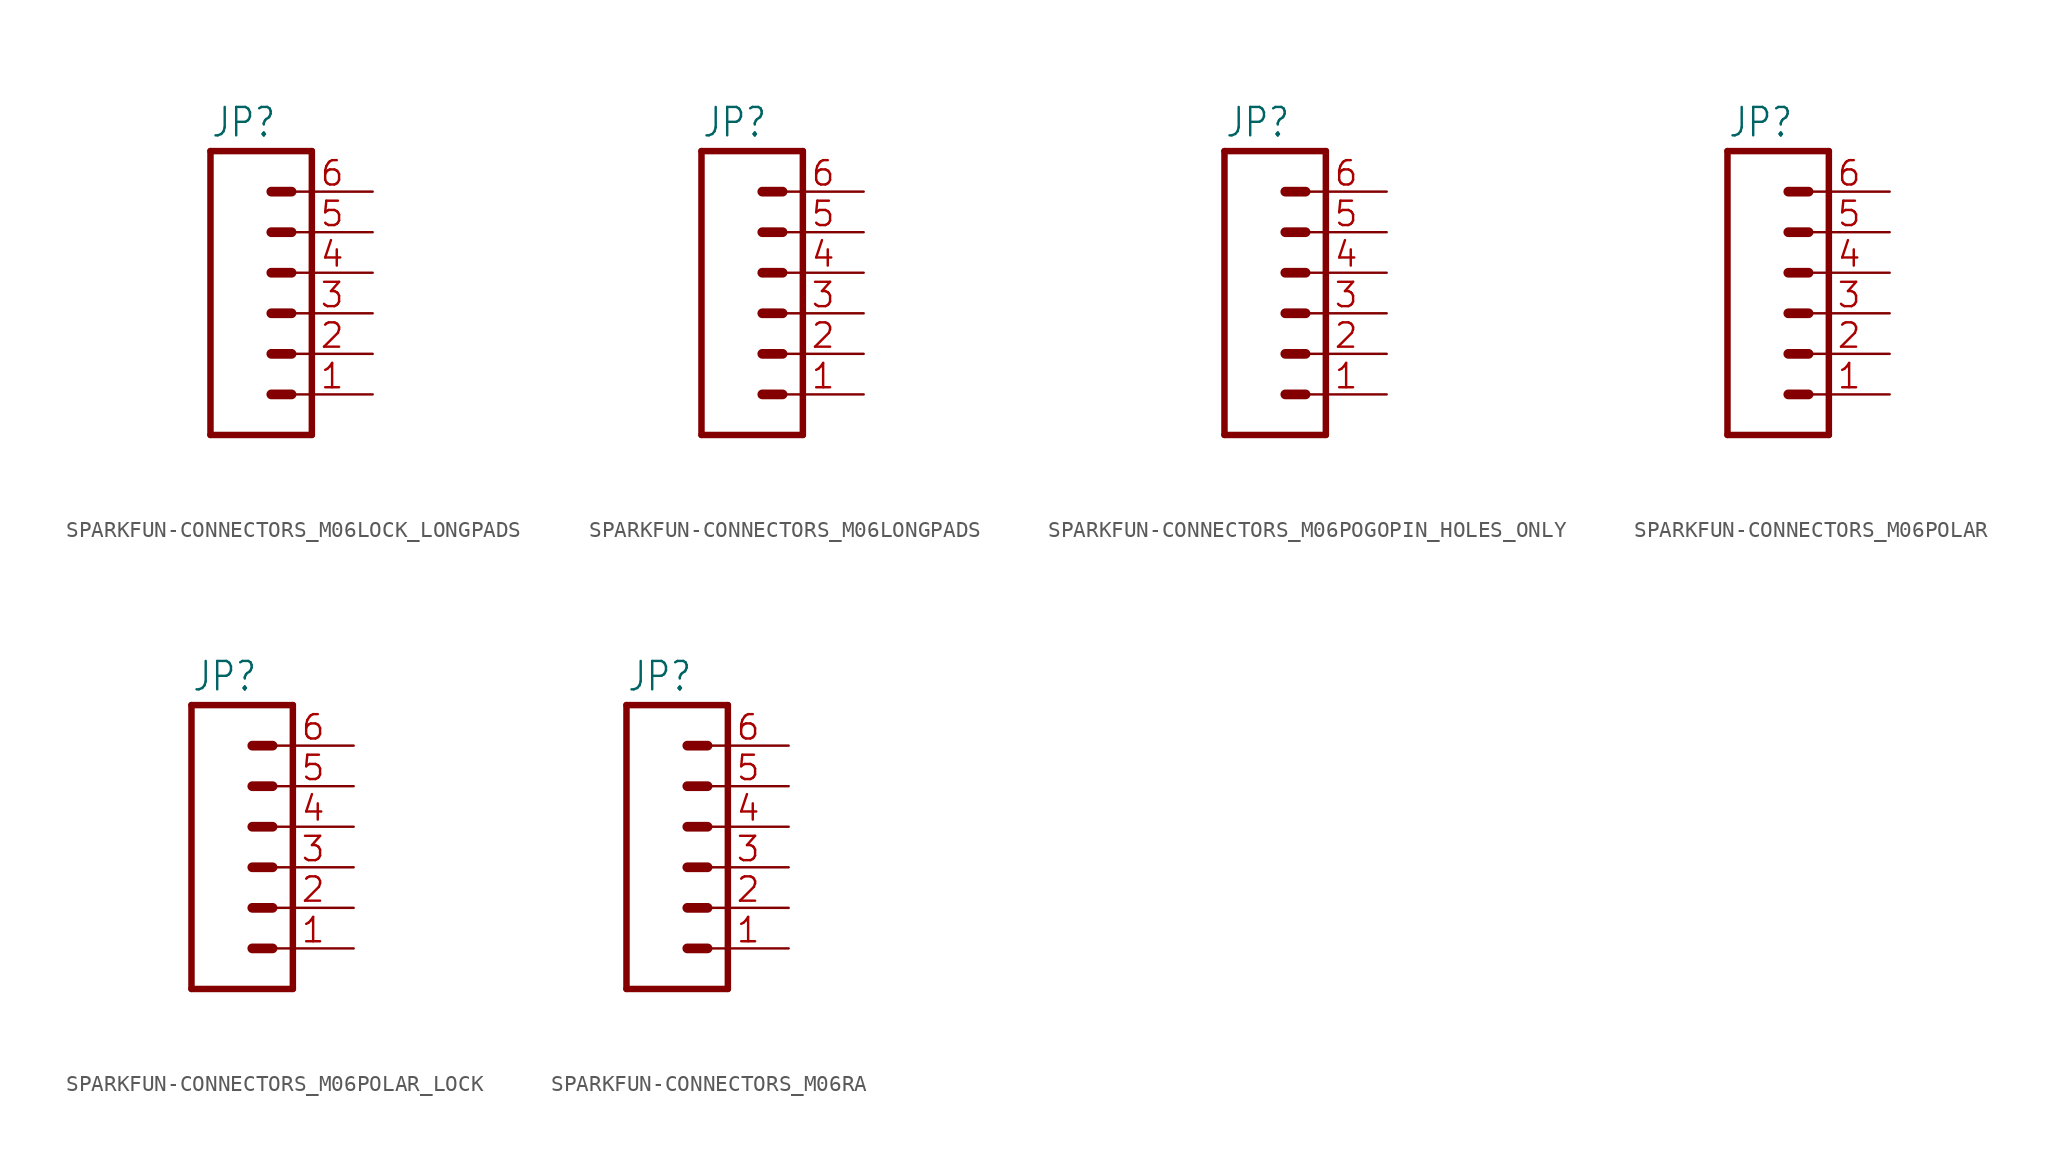
<source format=kicad_sym>
(kicad_symbol_lib
  (version 20241209)
  (generator "kicad_symbol_editor")
  (generator_version "9.0")
  (symbol "SPARKFUN-CONNECTORS_M06LOCK_LONGPADS"
    (property "Reference" "JP"
      (at -5.08 10.922 0)
      (effects (font (size 1.778 1.511)) (justify left bottom)))
    (property "Value" ""
      (at -5.08 -10.16 0)
      (effects (font (size 1.778 1.511)) (justify left bottom)))
    (property "ki_locked" ""
      (at 0 0 0)
      (effects (font (size 1.27 1.27))))
    (symbol "SPARKFUN-CONNECTORS_M06LOCK_LONGPADS_1_0"
      (polyline (pts (xy -5.08 10.16) (xy -5.08 -7.62)) (stroke (width 0.406) (type solid)) (fill (type none)))
      (polyline (pts (xy -5.08 10.16) (xy 1.27 10.16)) (stroke (width 0.406) (type solid)) (fill (type none)))
      (polyline (pts (xy -1.27 7.62) (xy 0 7.62)) (stroke (width 0.61) (type solid)) (fill (type none)))
      (polyline (pts (xy -1.27 5.08) (xy 0 5.08)) (stroke (width 0.61) (type solid)) (fill (type none)))
      (polyline (pts (xy -1.27 2.54) (xy 0 2.54)) (stroke (width 0.61) (type solid)) (fill (type none)))
      (polyline (pts (xy -1.27 0) (xy 0 0)) (stroke (width 0.61) (type solid)) (fill (type none)))
      (polyline (pts (xy -1.27 -2.54) (xy 0 -2.54)) (stroke (width 0.61) (type solid)) (fill (type none)))
      (polyline (pts (xy -1.27 -5.08) (xy 0 -5.08)) (stroke (width 0.61) (type solid)) (fill (type none)))
      (polyline (pts (xy 1.27 -7.62) (xy -5.08 -7.62)) (stroke (width 0.406) (type solid)) (fill (type none)))
      (polyline (pts (xy 1.27 -7.62) (xy 1.27 10.16)) (stroke (width 0.406) (type solid)) (fill (type none)))
      (pin passive line (at 5.08 7.62 180) (length 5.08) (name "6" (effects (font (size 0 0)))) (number "6" (effects (font (size 1.524 1.524)))))
      (pin passive line (at 5.08 5.08 180) (length 5.08) (name "5" (effects (font (size 0 0)))) (number "5" (effects (font (size 1.524 1.524)))))
      (pin passive line (at 5.08 2.54 180) (length 5.08) (name "4" (effects (font (size 0 0)))) (number "4" (effects (font (size 1.524 1.524)))))
      (pin passive line (at 5.08 0 180) (length 5.08) (name "3" (effects (font (size 0 0)))) (number "3" (effects (font (size 1.524 1.524)))))
      (pin passive line (at 5.08 -2.54 180) (length 5.08) (name "2" (effects (font (size 0 0)))) (number "2" (effects (font (size 1.524 1.524)))))
      (pin passive line (at 5.08 -5.08 180) (length 5.08) (name "1" (effects (font (size 0 0)))) (number "1" (effects (font (size 1.524 1.524)))))))
  (symbol "SPARKFUN-CONNECTORS_M06LONGPADS"
    (property "Reference" "JP"
      (at -5.08 10.922 0)
      (effects (font (size 1.778 1.511)) (justify left bottom)))
    (property "Value" ""
      (at -5.08 -10.16 0)
      (effects (font (size 1.778 1.511)) (justify left bottom)))
    (property "ki_locked" ""
      (at 0 0 0)
      (effects (font (size 1.27 1.27))))
    (symbol "SPARKFUN-CONNECTORS_M06LONGPADS_1_0"
      (polyline (pts (xy -5.08 10.16) (xy -5.08 -7.62)) (stroke (width 0.406) (type solid)) (fill (type none)))
      (polyline (pts (xy -5.08 10.16) (xy 1.27 10.16)) (stroke (width 0.406) (type solid)) (fill (type none)))
      (polyline (pts (xy -1.27 7.62) (xy 0 7.62)) (stroke (width 0.61) (type solid)) (fill (type none)))
      (polyline (pts (xy -1.27 5.08) (xy 0 5.08)) (stroke (width 0.61) (type solid)) (fill (type none)))
      (polyline (pts (xy -1.27 2.54) (xy 0 2.54)) (stroke (width 0.61) (type solid)) (fill (type none)))
      (polyline (pts (xy -1.27 0) (xy 0 0)) (stroke (width 0.61) (type solid)) (fill (type none)))
      (polyline (pts (xy -1.27 -2.54) (xy 0 -2.54)) (stroke (width 0.61) (type solid)) (fill (type none)))
      (polyline (pts (xy -1.27 -5.08) (xy 0 -5.08)) (stroke (width 0.61) (type solid)) (fill (type none)))
      (polyline (pts (xy 1.27 -7.62) (xy -5.08 -7.62)) (stroke (width 0.406) (type solid)) (fill (type none)))
      (polyline (pts (xy 1.27 -7.62) (xy 1.27 10.16)) (stroke (width 0.406) (type solid)) (fill (type none)))
      (pin passive line (at 5.08 7.62 180) (length 5.08) (name "6" (effects (font (size 0 0)))) (number "6" (effects (font (size 1.524 1.524)))))
      (pin passive line (at 5.08 5.08 180) (length 5.08) (name "5" (effects (font (size 0 0)))) (number "5" (effects (font (size 1.524 1.524)))))
      (pin passive line (at 5.08 2.54 180) (length 5.08) (name "4" (effects (font (size 0 0)))) (number "4" (effects (font (size 1.524 1.524)))))
      (pin passive line (at 5.08 0 180) (length 5.08) (name "3" (effects (font (size 0 0)))) (number "3" (effects (font (size 1.524 1.524)))))
      (pin passive line (at 5.08 -2.54 180) (length 5.08) (name "2" (effects (font (size 0 0)))) (number "2" (effects (font (size 1.524 1.524)))))
      (pin passive line (at 5.08 -5.08 180) (length 5.08) (name "1" (effects (font (size 0 0)))) (number "1" (effects (font (size 1.524 1.524)))))))
  (symbol "SPARKFUN-CONNECTORS_M06POGOPIN_HOLES_ONLY"
    (property "Reference" "JP"
      (at -5.08 10.922 0)
      (effects (font (size 1.778 1.511)) (justify left bottom)))
    (property "Value" ""
      (at -5.08 -10.16 0)
      (effects (font (size 1.778 1.511)) (justify left bottom)))
    (property "ki_locked" ""
      (at 0 0 0)
      (effects (font (size 1.27 1.27))))
    (symbol "SPARKFUN-CONNECTORS_M06POGOPIN_HOLES_ONLY_1_0"
      (polyline (pts (xy -5.08 10.16) (xy -5.08 -7.62)) (stroke (width 0.406) (type solid)) (fill (type none)))
      (polyline (pts (xy -5.08 10.16) (xy 1.27 10.16)) (stroke (width 0.406) (type solid)) (fill (type none)))
      (polyline (pts (xy -1.27 7.62) (xy 0 7.62)) (stroke (width 0.61) (type solid)) (fill (type none)))
      (polyline (pts (xy -1.27 5.08) (xy 0 5.08)) (stroke (width 0.61) (type solid)) (fill (type none)))
      (polyline (pts (xy -1.27 2.54) (xy 0 2.54)) (stroke (width 0.61) (type solid)) (fill (type none)))
      (polyline (pts (xy -1.27 0) (xy 0 0)) (stroke (width 0.61) (type solid)) (fill (type none)))
      (polyline (pts (xy -1.27 -2.54) (xy 0 -2.54)) (stroke (width 0.61) (type solid)) (fill (type none)))
      (polyline (pts (xy -1.27 -5.08) (xy 0 -5.08)) (stroke (width 0.61) (type solid)) (fill (type none)))
      (polyline (pts (xy 1.27 -7.62) (xy -5.08 -7.62)) (stroke (width 0.406) (type solid)) (fill (type none)))
      (polyline (pts (xy 1.27 -7.62) (xy 1.27 10.16)) (stroke (width 0.406) (type solid)) (fill (type none)))
      (pin passive line (at 5.08 7.62 180) (length 5.08) (name "6" (effects (font (size 0 0)))) (number "6" (effects (font (size 1.524 1.524)))))
      (pin passive line (at 5.08 5.08 180) (length 5.08) (name "5" (effects (font (size 0 0)))) (number "5" (effects (font (size 1.524 1.524)))))
      (pin passive line (at 5.08 2.54 180) (length 5.08) (name "4" (effects (font (size 0 0)))) (number "4" (effects (font (size 1.524 1.524)))))
      (pin passive line (at 5.08 0 180) (length 5.08) (name "3" (effects (font (size 0 0)))) (number "3" (effects (font (size 1.524 1.524)))))
      (pin passive line (at 5.08 -2.54 180) (length 5.08) (name "2" (effects (font (size 0 0)))) (number "2" (effects (font (size 1.524 1.524)))))
      (pin passive line (at 5.08 -5.08 180) (length 5.08) (name "1" (effects (font (size 0 0)))) (number "1" (effects (font (size 1.524 1.524)))))))
  (symbol "SPARKFUN-CONNECTORS_M06POLAR"
    (property "Reference" "JP"
      (at -5.08 10.922 0)
      (effects (font (size 1.778 1.511)) (justify left bottom)))
    (property "Value" ""
      (at -5.08 -10.16 0)
      (effects (font (size 1.778 1.511)) (justify left bottom)))
    (property "ki_locked" ""
      (at 0 0 0)
      (effects (font (size 1.27 1.27))))
    (symbol "SPARKFUN-CONNECTORS_M06POLAR_1_0"
      (polyline (pts (xy -5.08 10.16) (xy -5.08 -7.62)) (stroke (width 0.406) (type solid)) (fill (type none)))
      (polyline (pts (xy -5.08 10.16) (xy 1.27 10.16)) (stroke (width 0.406) (type solid)) (fill (type none)))
      (polyline (pts (xy -1.27 7.62) (xy 0 7.62)) (stroke (width 0.61) (type solid)) (fill (type none)))
      (polyline (pts (xy -1.27 5.08) (xy 0 5.08)) (stroke (width 0.61) (type solid)) (fill (type none)))
      (polyline (pts (xy -1.27 2.54) (xy 0 2.54)) (stroke (width 0.61) (type solid)) (fill (type none)))
      (polyline (pts (xy -1.27 0) (xy 0 0)) (stroke (width 0.61) (type solid)) (fill (type none)))
      (polyline (pts (xy -1.27 -2.54) (xy 0 -2.54)) (stroke (width 0.61) (type solid)) (fill (type none)))
      (polyline (pts (xy -1.27 -5.08) (xy 0 -5.08)) (stroke (width 0.61) (type solid)) (fill (type none)))
      (polyline (pts (xy 1.27 -7.62) (xy -5.08 -7.62)) (stroke (width 0.406) (type solid)) (fill (type none)))
      (polyline (pts (xy 1.27 -7.62) (xy 1.27 10.16)) (stroke (width 0.406) (type solid)) (fill (type none)))
      (pin passive line (at 5.08 7.62 180) (length 5.08) (name "6" (effects (font (size 0 0)))) (number "6" (effects (font (size 1.524 1.524)))))
      (pin passive line (at 5.08 5.08 180) (length 5.08) (name "5" (effects (font (size 0 0)))) (number "5" (effects (font (size 1.524 1.524)))))
      (pin passive line (at 5.08 2.54 180) (length 5.08) (name "4" (effects (font (size 0 0)))) (number "4" (effects (font (size 1.524 1.524)))))
      (pin passive line (at 5.08 0 180) (length 5.08) (name "3" (effects (font (size 0 0)))) (number "3" (effects (font (size 1.524 1.524)))))
      (pin passive line (at 5.08 -2.54 180) (length 5.08) (name "2" (effects (font (size 0 0)))) (number "2" (effects (font (size 1.524 1.524)))))
      (pin passive line (at 5.08 -5.08 180) (length 5.08) (name "1" (effects (font (size 0 0)))) (number "1" (effects (font (size 1.524 1.524)))))))
  (symbol "SPARKFUN-CONNECTORS_M06POLAR_LOCK"
    (property "Reference" "JP"
      (at -5.08 10.922 0)
      (effects (font (size 1.778 1.511)) (justify left bottom)))
    (property "Value" ""
      (at -5.08 -10.16 0)
      (effects (font (size 1.778 1.511)) (justify left bottom)))
    (property "ki_locked" ""
      (at 0 0 0)
      (effects (font (size 1.27 1.27))))
    (symbol "SPARKFUN-CONNECTORS_M06POLAR_LOCK_1_0"
      (polyline (pts (xy -5.08 10.16) (xy -5.08 -7.62)) (stroke (width 0.406) (type solid)) (fill (type none)))
      (polyline (pts (xy -5.08 10.16) (xy 1.27 10.16)) (stroke (width 0.406) (type solid)) (fill (type none)))
      (polyline (pts (xy -1.27 7.62) (xy 0 7.62)) (stroke (width 0.61) (type solid)) (fill (type none)))
      (polyline (pts (xy -1.27 5.08) (xy 0 5.08)) (stroke (width 0.61) (type solid)) (fill (type none)))
      (polyline (pts (xy -1.27 2.54) (xy 0 2.54)) (stroke (width 0.61) (type solid)) (fill (type none)))
      (polyline (pts (xy -1.27 0) (xy 0 0)) (stroke (width 0.61) (type solid)) (fill (type none)))
      (polyline (pts (xy -1.27 -2.54) (xy 0 -2.54)) (stroke (width 0.61) (type solid)) (fill (type none)))
      (polyline (pts (xy -1.27 -5.08) (xy 0 -5.08)) (stroke (width 0.61) (type solid)) (fill (type none)))
      (polyline (pts (xy 1.27 -7.62) (xy -5.08 -7.62)) (stroke (width 0.406) (type solid)) (fill (type none)))
      (polyline (pts (xy 1.27 -7.62) (xy 1.27 10.16)) (stroke (width 0.406) (type solid)) (fill (type none)))
      (pin passive line (at 5.08 7.62 180) (length 5.08) (name "6" (effects (font (size 0 0)))) (number "6" (effects (font (size 1.524 1.524)))))
      (pin passive line (at 5.08 5.08 180) (length 5.08) (name "5" (effects (font (size 0 0)))) (number "5" (effects (font (size 1.524 1.524)))))
      (pin passive line (at 5.08 2.54 180) (length 5.08) (name "4" (effects (font (size 0 0)))) (number "4" (effects (font (size 1.524 1.524)))))
      (pin passive line (at 5.08 0 180) (length 5.08) (name "3" (effects (font (size 0 0)))) (number "3" (effects (font (size 1.524 1.524)))))
      (pin passive line (at 5.08 -2.54 180) (length 5.08) (name "2" (effects (font (size 0 0)))) (number "2" (effects (font (size 1.524 1.524)))))
      (pin passive line (at 5.08 -5.08 180) (length 5.08) (name "1" (effects (font (size 0 0)))) (number "1" (effects (font (size 1.524 1.524)))))))
  (symbol "SPARKFUN-CONNECTORS_M06RA"
    (property "Reference" "JP"
      (at -5.08 10.922 0)
      (effects (font (size 1.778 1.511)) (justify left bottom)))
    (property "Value" ""
      (at -5.08 -10.16 0)
      (effects (font (size 1.778 1.511)) (justify left bottom)))
    (property "ki_locked" ""
      (at 0 0 0)
      (effects (font (size 1.27 1.27))))
    (symbol "SPARKFUN-CONNECTORS_M06RA_1_0"
      (polyline (pts (xy -5.08 10.16) (xy -5.08 -7.62)) (stroke (width 0.406) (type solid)) (fill (type none)))
      (polyline (pts (xy -5.08 10.16) (xy 1.27 10.16)) (stroke (width 0.406) (type solid)) (fill (type none)))
      (polyline (pts (xy -1.27 7.62) (xy 0 7.62)) (stroke (width 0.61) (type solid)) (fill (type none)))
      (polyline (pts (xy -1.27 5.08) (xy 0 5.08)) (stroke (width 0.61) (type solid)) (fill (type none)))
      (polyline (pts (xy -1.27 2.54) (xy 0 2.54)) (stroke (width 0.61) (type solid)) (fill (type none)))
      (polyline (pts (xy -1.27 0) (xy 0 0)) (stroke (width 0.61) (type solid)) (fill (type none)))
      (polyline (pts (xy -1.27 -2.54) (xy 0 -2.54)) (stroke (width 0.61) (type solid)) (fill (type none)))
      (polyline (pts (xy -1.27 -5.08) (xy 0 -5.08)) (stroke (width 0.61) (type solid)) (fill (type none)))
      (polyline (pts (xy 1.27 -7.62) (xy -5.08 -7.62)) (stroke (width 0.406) (type solid)) (fill (type none)))
      (polyline (pts (xy 1.27 -7.62) (xy 1.27 10.16)) (stroke (width 0.406) (type solid)) (fill (type none)))
      (pin passive line (at 5.08 7.62 180) (length 5.08) (name "6" (effects (font (size 0 0)))) (number "6" (effects (font (size 1.524 1.524)))))
      (pin passive line (at 5.08 5.08 180) (length 5.08) (name "5" (effects (font (size 0 0)))) (number "5" (effects (font (size 1.524 1.524)))))
      (pin passive line (at 5.08 2.54 180) (length 5.08) (name "4" (effects (font (size 0 0)))) (number "4" (effects (font (size 1.524 1.524)))))
      (pin passive line (at 5.08 0 180) (length 5.08) (name "3" (effects (font (size 0 0)))) (number "3" (effects (font (size 1.524 1.524)))))
      (pin passive line (at 5.08 -2.54 180) (length 5.08) (name "2" (effects (font (size 0 0)))) (number "2" (effects (font (size 1.524 1.524)))))
      (pin passive line (at 5.08 -5.08 180) (length 5.08) (name "1" (effects (font (size 0 0)))) (number "1" (effects (font (size 1.524 1.524))))))))
</source>
